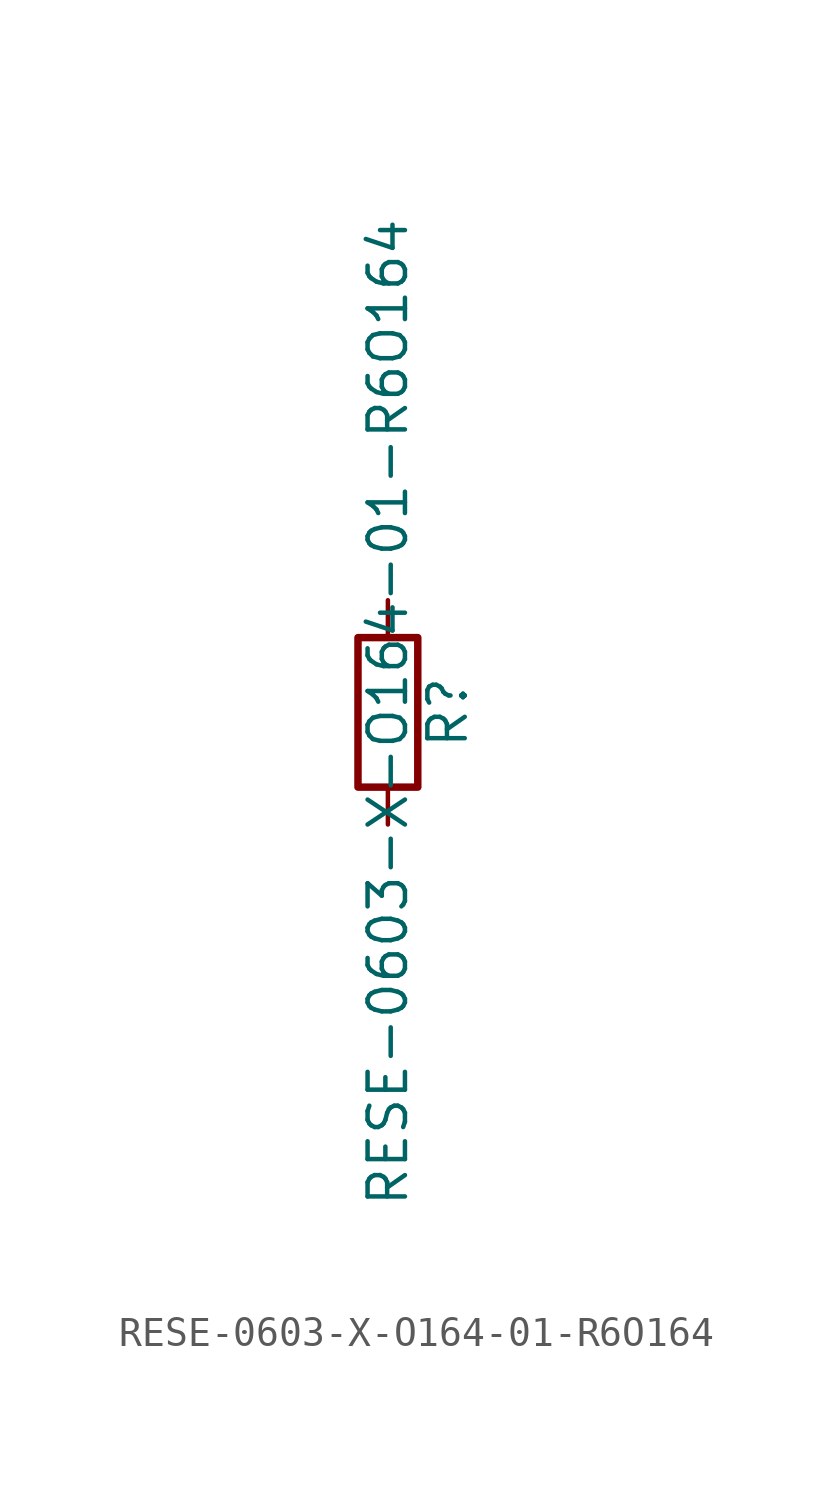
<source format=kicad_sym>
(kicad_symbol_lib
  (version 20211014)
  (generator kicad_symbol_editor)
  (symbol "RESE-0603-X-O164-01-R6O164"
    (pin_numbers hide)
    (pin_names
      (offset 0))
    (property "Reference" "R"
      (at 2.032 0 90)
      (effects (font (size 1.27 1.27))))
    (property "Value" "RESE-0603-X-O164-01-R6O164"
      (at 0 0 90)
      (effects (font (size 1.27 1.27))))
    (symbol "RESE-0603-X-O164-01-R6O164_0_1"
      (rectangle (start -1.016 -2.54) (end 1.016 2.54) (stroke (width 0.254) (type default) (color 0 0 0 0)) (fill (type none))))
    (symbol "RESE-0603-X-O164-01-R6O164_1_1"
      (pin passive line (at 0 3.81 270) (length 1.27) (name "~" (effects (font (size 1.27 1.27)))) (number "1" (effects (font (size 1.27 1.27)))))
      (pin passive line (at 0 -3.81 90) (length 1.27) (name "~" (effects (font (size 1.27 1.27)))) (number "2" (effects (font (size 1.27 1.27))))))))
</source>
